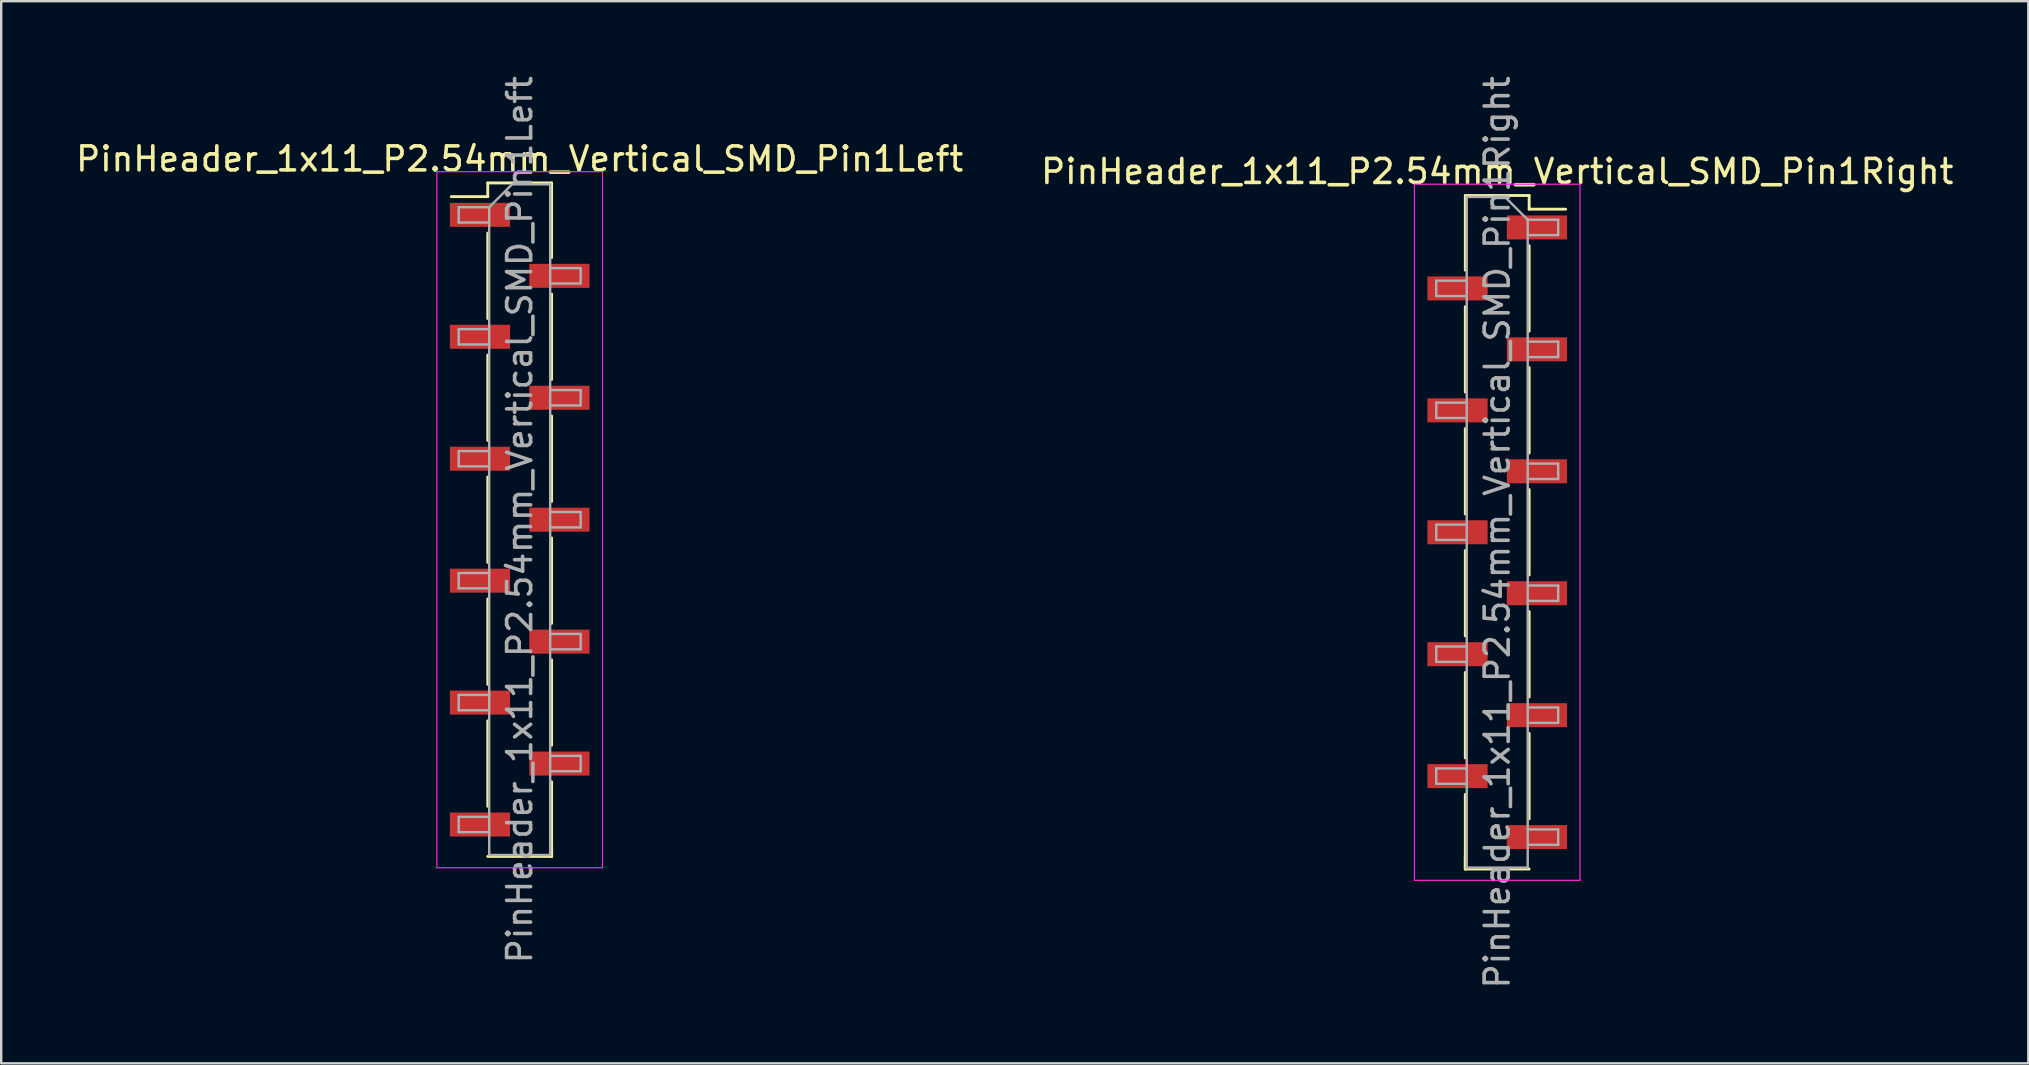
<source format=kicad_pcb>
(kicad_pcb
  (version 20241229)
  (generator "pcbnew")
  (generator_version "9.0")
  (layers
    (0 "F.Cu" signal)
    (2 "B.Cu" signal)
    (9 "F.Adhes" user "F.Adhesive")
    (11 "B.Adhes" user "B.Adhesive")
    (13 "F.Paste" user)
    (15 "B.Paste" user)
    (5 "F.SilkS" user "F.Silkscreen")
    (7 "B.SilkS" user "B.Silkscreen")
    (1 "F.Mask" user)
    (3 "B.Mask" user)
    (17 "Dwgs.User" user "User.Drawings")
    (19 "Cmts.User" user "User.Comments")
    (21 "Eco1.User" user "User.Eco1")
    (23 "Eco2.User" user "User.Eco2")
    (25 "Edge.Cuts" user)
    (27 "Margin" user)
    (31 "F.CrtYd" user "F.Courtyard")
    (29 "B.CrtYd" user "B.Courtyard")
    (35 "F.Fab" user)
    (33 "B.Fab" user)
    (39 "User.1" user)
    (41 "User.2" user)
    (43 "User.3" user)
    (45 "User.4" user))
  (footprint "PinHeader_1x11_P2.54mm_Vertical_SMD_Pin1Right"
    (layer "F.Cu")
    (at 59.327 19.125)
    (property "Reference" "PinHeader_1x11_P2.54mm_Vertical_SMD_Pin1Right" (at 0 -15.03 0) (layer "F.SilkS") (effects (font (size 1 1) (thickness 0.15))))
    (attr smd)
    (fp_line (start -1.33 -14.03) (end -1.33 -10.92) (stroke (width 0.12) (type solid)) (layer "F.SilkS"))
    (fp_line (start -1.33 -14.03) (end 1.33 -14.03) (stroke (width 0.12) (type solid)) (layer "F.SilkS"))
    (fp_line (start -1.33 -9.4) (end -1.33 -5.84) (stroke (width 0.12) (type solid)) (layer "F.SilkS"))
    (fp_line (start -1.33 -4.32) (end -1.33 -0.76) (stroke (width 0.12) (type solid)) (layer "F.SilkS"))
    (fp_line (start -1.33 0.76) (end -1.33 4.32) (stroke (width 0.12) (type solid)) (layer "F.SilkS"))
    (fp_line (start -1.33 5.84) (end -1.33 9.4) (stroke (width 0.12) (type solid)) (layer "F.SilkS"))
    (fp_line (start -1.33 10.92) (end -1.33 14.03) (stroke (width 0.12) (type solid)) (layer "F.SilkS"))
    (fp_line (start -1.33 13.46) (end -1.33 14.03) (stroke (width 0.12) (type solid)) (layer "F.SilkS"))
    (fp_line (start -1.33 14.03) (end 1.33 14.03) (stroke (width 0.12) (type solid)) (layer "F.SilkS"))
    (fp_line (start 1.33 -14.03) (end 1.33 -13.46) (stroke (width 0.12) (type solid)) (layer "F.SilkS"))
    (fp_line (start 1.33 -13.46) (end 2.85 -13.46) (stroke (width 0.12) (type solid)) (layer "F.SilkS"))
    (fp_line (start 1.33 -11.94) (end 1.33 -8.38) (stroke (width 0.12) (type solid)) (layer "F.SilkS"))
    (fp_line (start 1.33 -6.86) (end 1.33 -3.3) (stroke (width 0.12) (type solid)) (layer "F.SilkS"))
    (fp_line (start 1.33 -1.78) (end 1.33 1.78) (stroke (width 0.12) (type solid)) (layer "F.SilkS"))
    (fp_line (start 1.33 3.3) (end 1.33 6.86) (stroke (width 0.12) (type solid)) (layer "F.SilkS"))
    (fp_line (start 1.33 8.38) (end 1.33 11.94) (stroke (width 0.12) (type solid)) (layer "F.SilkS"))
    (fp_line (start -3.45 -14.5) (end -3.45 14.5) (stroke (width 0.05) (type solid)) (layer "F.CrtYd"))
    (fp_line (start -3.45 14.5) (end 3.45 14.5) (stroke (width 0.05) (type solid)) (layer "F.CrtYd"))
    (fp_line (start 3.45 -14.5) (end -3.45 -14.5) (stroke (width 0.05) (type solid)) (layer "F.CrtYd"))
    (fp_line (start 3.45 14.5) (end 3.45 -14.5) (stroke (width 0.05) (type solid)) (layer "F.CrtYd"))
    (fp_line (start -2.54 -10.48) (end -2.54 -9.84) (stroke (width 0.1) (type solid)) (layer "F.Fab"))
    (fp_line (start -2.54 -9.84) (end -1.27 -9.84) (stroke (width 0.1) (type solid)) (layer "F.Fab"))
    (fp_line (start -2.54 -5.4) (end -2.54 -4.76) (stroke (width 0.1) (type solid)) (layer "F.Fab"))
    (fp_line (start -2.54 -4.76) (end -1.27 -4.76) (stroke (width 0.1) (type solid)) (layer "F.Fab"))
    (fp_line (start -2.54 -0.32) (end -2.54 0.32) (stroke (width 0.1) (type solid)) (layer "F.Fab"))
    (fp_line (start -2.54 0.32) (end -1.27 0.32) (stroke (width 0.1) (type solid)) (layer "F.Fab"))
    (fp_line (start -2.54 4.76) (end -2.54 5.4) (stroke (width 0.1) (type solid)) (layer "F.Fab"))
    (fp_line (start -2.54 5.4) (end -1.27 5.4) (stroke (width 0.1) (type solid)) (layer "F.Fab"))
    (fp_line (start -2.54 9.84) (end -2.54 10.48) (stroke (width 0.1) (type solid)) (layer "F.Fab"))
    (fp_line (start -2.54 10.48) (end -1.27 10.48) (stroke (width 0.1) (type solid)) (layer "F.Fab"))
    (fp_line (start -1.27 -13.97) (end -1.27 13.97) (stroke (width 0.1) (type solid)) (layer "F.Fab"))
    (fp_line (start -1.27 -13.97) (end 0.32 -13.97) (stroke (width 0.1) (type solid)) (layer "F.Fab"))
    (fp_line (start -1.27 -10.48) (end -2.54 -10.48) (stroke (width 0.1) (type solid)) (layer "F.Fab"))
    (fp_line (start -1.27 -5.4) (end -2.54 -5.4) (stroke (width 0.1) (type solid)) (layer "F.Fab"))
    (fp_line (start -1.27 -0.32) (end -2.54 -0.32) (stroke (width 0.1) (type solid)) (layer "F.Fab"))
    (fp_line (start -1.27 4.76) (end -2.54 4.76) (stroke (width 0.1) (type solid)) (layer "F.Fab"))
    (fp_line (start -1.27 9.84) (end -2.54 9.84) (stroke (width 0.1) (type solid)) (layer "F.Fab"))
    (fp_line (start 1.27 -13.02) (end 0.32 -13.97) (stroke (width 0.1) (type solid)) (layer "F.Fab"))
    (fp_line (start 1.27 -13.02) (end 2.54 -13.02) (stroke (width 0.1) (type solid)) (layer "F.Fab"))
    (fp_line (start 1.27 -7.94) (end 2.54 -7.94) (stroke (width 0.1) (type solid)) (layer "F.Fab"))
    (fp_line (start 1.27 -2.86) (end 2.54 -2.86) (stroke (width 0.1) (type solid)) (layer "F.Fab"))
    (fp_line (start 1.27 2.22) (end 2.54 2.22) (stroke (width 0.1) (type solid)) (layer "F.Fab"))
    (fp_line (start 1.27 7.3) (end 2.54 7.3) (stroke (width 0.1) (type solid)) (layer "F.Fab"))
    (fp_line (start 1.27 12.38) (end 2.54 12.38) (stroke (width 0.1) (type solid)) (layer "F.Fab"))
    (fp_line (start 1.27 13.97) (end -1.27 13.97) (stroke (width 0.1) (type solid)) (layer "F.Fab"))
    (fp_line (start 1.27 13.97) (end 1.27 -13.02) (stroke (width 0.1) (type solid)) (layer "F.Fab"))
    (fp_line (start 2.54 -13.02) (end 2.54 -12.38) (stroke (width 0.1) (type solid)) (layer "F.Fab"))
    (fp_line (start 2.54 -12.38) (end 1.27 -12.38) (stroke (width 0.1) (type solid)) (layer "F.Fab"))
    (fp_line (start 2.54 -7.94) (end 2.54 -7.3) (stroke (width 0.1) (type solid)) (layer "F.Fab"))
    (fp_line (start 2.54 -7.3) (end 1.27 -7.3) (stroke (width 0.1) (type solid)) (layer "F.Fab"))
    (fp_line (start 2.54 -2.86) (end 2.54 -2.22) (stroke (width 0.1) (type solid)) (layer "F.Fab"))
    (fp_line (start 2.54 -2.22) (end 1.27 -2.22) (stroke (width 0.1) (type solid)) (layer "F.Fab"))
    (fp_line (start 2.54 2.22) (end 2.54 2.86) (stroke (width 0.1) (type solid)) (layer "F.Fab"))
    (fp_line (start 2.54 2.86) (end 1.27 2.86) (stroke (width 0.1) (type solid)) (layer "F.Fab"))
    (fp_line (start 2.54 7.3) (end 2.54 7.94) (stroke (width 0.1) (type solid)) (layer "F.Fab"))
    (fp_line (start 2.54 7.94) (end 1.27 7.94) (stroke (width 0.1) (type solid)) (layer "F.Fab"))
    (fp_line (start 2.54 12.38) (end 2.54 13.02) (stroke (width 0.1) (type solid)) (layer "F.Fab"))
    (fp_line (start 2.54 13.02) (end 1.27 13.02) (stroke (width 0.1) (type solid)) (layer "F.Fab"))
    (fp_text user "${REFERENCE}" (at 0 0 90) (layer "F.Fab") (effects (font (size 1 1) (thickness 0.15))))
    (pad "1" smd rect (at 1.655 -12.7) (size 2.51 1) (layers "F.Cu" "F.Mask" "F.Paste"))
    (pad "2" smd rect (at -1.655 -10.16) (size 2.51 1) (layers "F.Cu" "F.Mask" "F.Paste"))
    (pad "3" smd rect (at 1.655 -7.62) (size 2.51 1) (layers "F.Cu" "F.Mask" "F.Paste"))
    (pad "4" smd rect (at -1.655 -5.08) (size 2.51 1) (layers "F.Cu" "F.Mask" "F.Paste"))
    (pad "5" smd rect (at 1.655 -2.54) (size 2.51 1) (layers "F.Cu" "F.Mask" "F.Paste"))
    (pad "6" smd rect (at -1.655 0) (size 2.51 1) (layers "F.Cu" "F.Mask" "F.Paste"))
    (pad "7" smd rect (at 1.655 2.54) (size 2.51 1) (layers "F.Cu" "F.Mask" "F.Paste"))
    (pad "8" smd rect (at -1.655 5.08) (size 2.51 1) (layers "F.Cu" "F.Mask" "F.Paste"))
    (pad "9" smd rect (at 1.655 7.62) (size 2.51 1) (layers "F.Cu" "F.Mask" "F.Paste"))
    (pad "10" smd rect (at -1.655 10.16) (size 2.51 1) (layers "F.Cu" "F.Mask" "F.Paste"))
    (pad "11" smd rect (at 1.655 12.7) (size 2.51 1) (layers "F.Cu" "F.Mask" "F.Paste")))
  (footprint "PinHeader_1x11_P2.54mm_Vertical_SMD_Pin1Left"
    (layer "F.Cu")
    (at 18.601 18.601)
    (property "Reference" "PinHeader_1x11_P2.54mm_Vertical_SMD_Pin1Left" (at 0 -15.03 0) (layer "F.SilkS") (effects (font (size 1 1) (thickness 0.15))))
    (attr smd)
    (fp_line (start -1.33 -14.03) (end -1.33 -13.46) (stroke (width 0.12) (type solid)) (layer "F.SilkS"))
    (fp_line (start -1.33 -14.03) (end 1.33 -14.03) (stroke (width 0.12) (type solid)) (layer "F.SilkS"))
    (fp_line (start -1.33 -13.46) (end -2.85 -13.46) (stroke (width 0.12) (type solid)) (layer "F.SilkS"))
    (fp_line (start -1.33 -11.94) (end -1.33 -8.38) (stroke (width 0.12) (type solid)) (layer "F.SilkS"))
    (fp_line (start -1.33 -6.86) (end -1.33 -3.3) (stroke (width 0.12) (type solid)) (layer "F.SilkS"))
    (fp_line (start -1.33 -1.78) (end -1.33 1.78) (stroke (width 0.12) (type solid)) (layer "F.SilkS"))
    (fp_line (start -1.33 3.3) (end -1.33 6.86) (stroke (width 0.12) (type solid)) (layer "F.SilkS"))
    (fp_line (start -1.33 8.38) (end -1.33 11.94) (stroke (width 0.12) (type solid)) (layer "F.SilkS"))
    (fp_line (start -1.33 14.03) (end 1.33 14.03) (stroke (width 0.12) (type solid)) (layer "F.SilkS"))
    (fp_line (start 1.33 -14.03) (end 1.33 -10.92) (stroke (width 0.12) (type solid)) (layer "F.SilkS"))
    (fp_line (start 1.33 -9.4) (end 1.33 -5.84) (stroke (width 0.12) (type solid)) (layer "F.SilkS"))
    (fp_line (start 1.33 -4.32) (end 1.33 -0.76) (stroke (width 0.12) (type solid)) (layer "F.SilkS"))
    (fp_line (start 1.33 0.76) (end 1.33 4.32) (stroke (width 0.12) (type solid)) (layer "F.SilkS"))
    (fp_line (start 1.33 5.84) (end 1.33 9.4) (stroke (width 0.12) (type solid)) (layer "F.SilkS"))
    (fp_line (start 1.33 10.92) (end 1.33 14.03) (stroke (width 0.12) (type solid)) (layer "F.SilkS"))
    (fp_line (start 1.33 13.46) (end 1.33 14.03) (stroke (width 0.12) (type solid)) (layer "F.SilkS"))
    (fp_line (start -3.45 -14.5) (end -3.45 14.5) (stroke (width 0.05) (type solid)) (layer "F.CrtYd"))
    (fp_line (start -3.45 14.5) (end 3.45 14.5) (stroke (width 0.05) (type solid)) (layer "F.CrtYd"))
    (fp_line (start 3.45 -14.5) (end -3.45 -14.5) (stroke (width 0.05) (type solid)) (layer "F.CrtYd"))
    (fp_line (start 3.45 14.5) (end 3.45 -14.5) (stroke (width 0.05) (type solid)) (layer "F.CrtYd"))
    (fp_line (start -2.54 -13.02) (end -2.54 -12.38) (stroke (width 0.1) (type solid)) (layer "F.Fab"))
    (fp_line (start -2.54 -12.38) (end -1.27 -12.38) (stroke (width 0.1) (type solid)) (layer "F.Fab"))
    (fp_line (start -2.54 -7.94) (end -2.54 -7.3) (stroke (width 0.1) (type solid)) (layer "F.Fab"))
    (fp_line (start -2.54 -7.3) (end -1.27 -7.3) (stroke (width 0.1) (type solid)) (layer "F.Fab"))
    (fp_line (start -2.54 -2.86) (end -2.54 -2.22) (stroke (width 0.1) (type solid)) (layer "F.Fab"))
    (fp_line (start -2.54 -2.22) (end -1.27 -2.22) (stroke (width 0.1) (type solid)) (layer "F.Fab"))
    (fp_line (start -2.54 2.22) (end -2.54 2.86) (stroke (width 0.1) (type solid)) (layer "F.Fab"))
    (fp_line (start -2.54 2.86) (end -1.27 2.86) (stroke (width 0.1) (type solid)) (layer "F.Fab"))
    (fp_line (start -2.54 7.3) (end -2.54 7.94) (stroke (width 0.1) (type solid)) (layer "F.Fab"))
    (fp_line (start -2.54 7.94) (end -1.27 7.94) (stroke (width 0.1) (type solid)) (layer "F.Fab"))
    (fp_line (start -2.54 12.38) (end -2.54 13.02) (stroke (width 0.1) (type solid)) (layer "F.Fab"))
    (fp_line (start -2.54 13.02) (end -1.27 13.02) (stroke (width 0.1) (type solid)) (layer "F.Fab"))
    (fp_line (start -1.27 -13.02) (end -2.54 -13.02) (stroke (width 0.1) (type solid)) (layer "F.Fab"))
    (fp_line (start -1.27 -13.02) (end -0.32 -13.97) (stroke (width 0.1) (type solid)) (layer "F.Fab"))
    (fp_line (start -1.27 -7.94) (end -2.54 -7.94) (stroke (width 0.1) (type solid)) (layer "F.Fab"))
    (fp_line (start -1.27 -2.86) (end -2.54 -2.86) (stroke (width 0.1) (type solid)) (layer "F.Fab"))
    (fp_line (start -1.27 2.22) (end -2.54 2.22) (stroke (width 0.1) (type solid)) (layer "F.Fab"))
    (fp_line (start -1.27 7.3) (end -2.54 7.3) (stroke (width 0.1) (type solid)) (layer "F.Fab"))
    (fp_line (start -1.27 12.38) (end -2.54 12.38) (stroke (width 0.1) (type solid)) (layer "F.Fab"))
    (fp_line (start -1.27 13.97) (end -1.27 -13.02) (stroke (width 0.1) (type solid)) (layer "F.Fab"))
    (fp_line (start -0.32 -13.97) (end 1.27 -13.97) (stroke (width 0.1) (type solid)) (layer "F.Fab"))
    (fp_line (start 1.27 -13.97) (end 1.27 13.97) (stroke (width 0.1) (type solid)) (layer "F.Fab"))
    (fp_line (start 1.27 -10.48) (end 2.54 -10.48) (stroke (width 0.1) (type solid)) (layer "F.Fab"))
    (fp_line (start 1.27 -5.4) (end 2.54 -5.4) (stroke (width 0.1) (type solid)) (layer "F.Fab"))
    (fp_line (start 1.27 -0.32) (end 2.54 -0.32) (stroke (width 0.1) (type solid)) (layer "F.Fab"))
    (fp_line (start 1.27 4.76) (end 2.54 4.76) (stroke (width 0.1) (type solid)) (layer "F.Fab"))
    (fp_line (start 1.27 9.84) (end 2.54 9.84) (stroke (width 0.1) (type solid)) (layer "F.Fab"))
    (fp_line (start 1.27 13.97) (end -1.27 13.97) (stroke (width 0.1) (type solid)) (layer "F.Fab"))
    (fp_line (start 2.54 -10.48) (end 2.54 -9.84) (stroke (width 0.1) (type solid)) (layer "F.Fab"))
    (fp_line (start 2.54 -9.84) (end 1.27 -9.84) (stroke (width 0.1) (type solid)) (layer "F.Fab"))
    (fp_line (start 2.54 -5.4) (end 2.54 -4.76) (stroke (width 0.1) (type solid)) (layer "F.Fab"))
    (fp_line (start 2.54 -4.76) (end 1.27 -4.76) (stroke (width 0.1) (type solid)) (layer "F.Fab"))
    (fp_line (start 2.54 -0.32) (end 2.54 0.32) (stroke (width 0.1) (type solid)) (layer "F.Fab"))
    (fp_line (start 2.54 0.32) (end 1.27 0.32) (stroke (width 0.1) (type solid)) (layer "F.Fab"))
    (fp_line (start 2.54 4.76) (end 2.54 5.4) (stroke (width 0.1) (type solid)) (layer "F.Fab"))
    (fp_line (start 2.54 5.4) (end 1.27 5.4) (stroke (width 0.1) (type solid)) (layer "F.Fab"))
    (fp_line (start 2.54 9.84) (end 2.54 10.48) (stroke (width 0.1) (type solid)) (layer "F.Fab"))
    (fp_line (start 2.54 10.48) (end 1.27 10.48) (stroke (width 0.1) (type solid)) (layer "F.Fab"))
    (fp_text user "${REFERENCE}" (at 0 0 90) (layer "F.Fab") (effects (font (size 1 1) (thickness 0.15))))
    (pad "1" smd rect (at -1.655 -12.7) (size 2.51 1) (layers "F.Cu" "F.Mask" "F.Paste"))
    (pad "2" smd rect (at 1.655 -10.16) (size 2.51 1) (layers "F.Cu" "F.Mask" "F.Paste"))
    (pad "3" smd rect (at -1.655 -7.62) (size 2.51 1) (layers "F.Cu" "F.Mask" "F.Paste"))
    (pad "4" smd rect (at 1.655 -5.08) (size 2.51 1) (layers "F.Cu" "F.Mask" "F.Paste"))
    (pad "5" smd rect (at -1.655 -2.54) (size 2.51 1) (layers "F.Cu" "F.Mask" "F.Paste"))
    (pad "6" smd rect (at 1.655 0) (size 2.51 1) (layers "F.Cu" "F.Mask" "F.Paste"))
    (pad "7" smd rect (at -1.655 2.54) (size 2.51 1) (layers "F.Cu" "F.Mask" "F.Paste"))
    (pad "8" smd rect (at 1.655 5.08) (size 2.51 1) (layers "F.Cu" "F.Mask" "F.Paste"))
    (pad "9" smd rect (at -1.655 7.62) (size 2.51 1) (layers "F.Cu" "F.Mask" "F.Paste"))
    (pad "10" smd rect (at 1.655 10.16) (size 2.51 1) (layers "F.Cu" "F.Mask" "F.Paste"))
    (pad "11" smd rect (at -1.655 12.7) (size 2.51 1) (layers "F.Cu" "F.Mask" "F.Paste")))
  (gr_rect
    (start -3 -3)
    (end 81.452 41.25)
    (stroke (width 0.1) (type default))
    (fill no)
    (layer "Edge.Cuts")))
</source>
